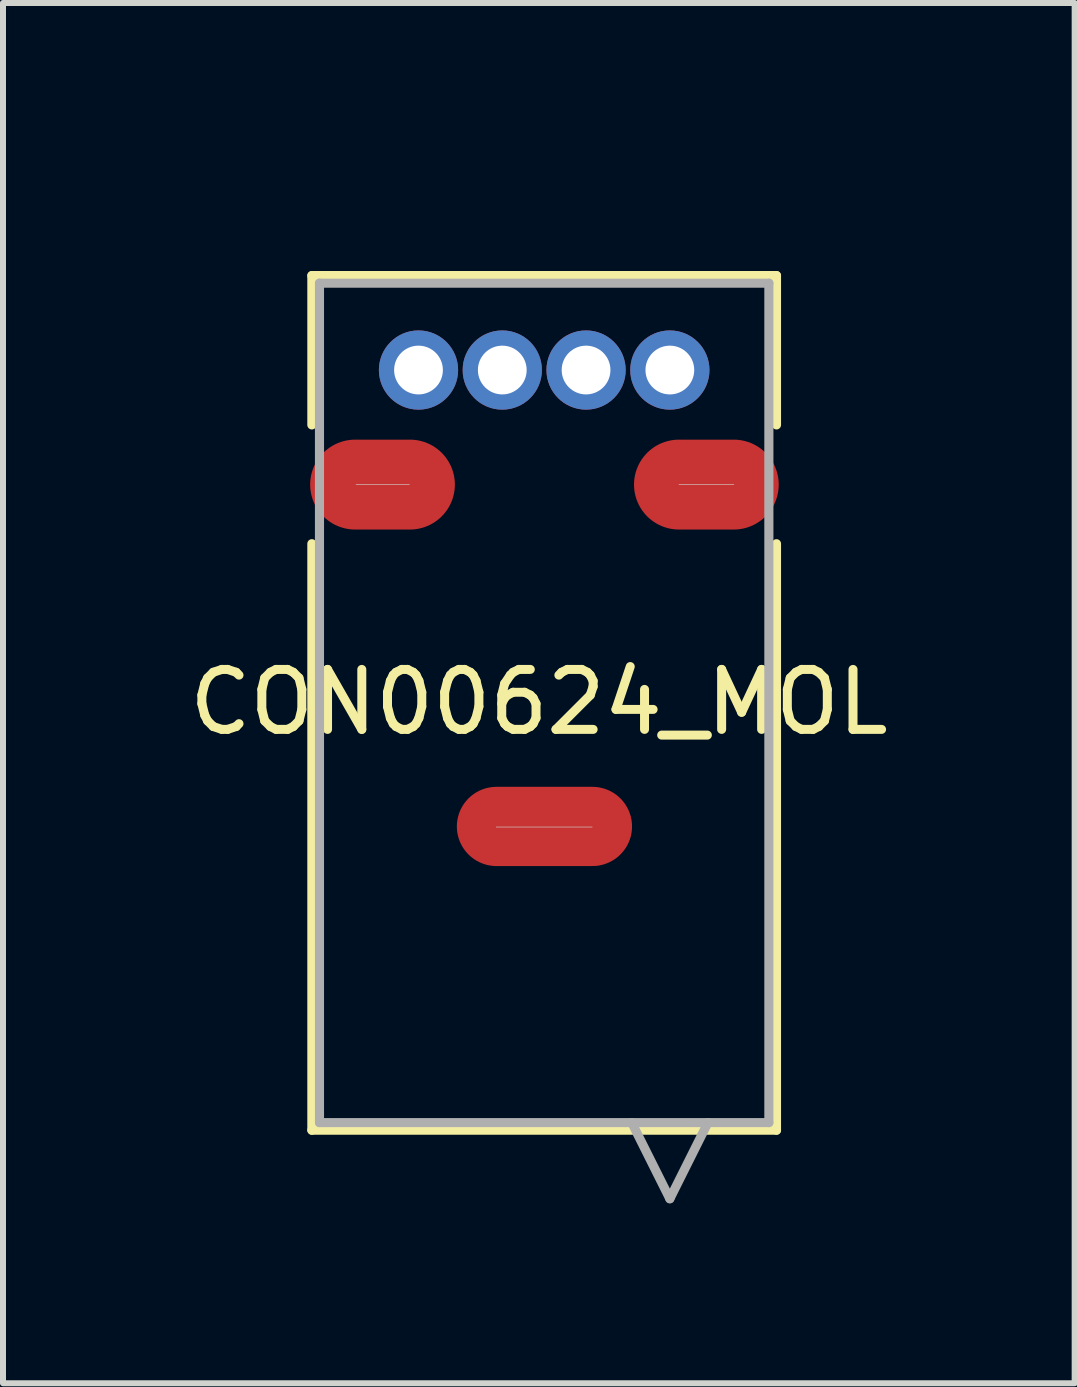
<source format=kicad_pcb>
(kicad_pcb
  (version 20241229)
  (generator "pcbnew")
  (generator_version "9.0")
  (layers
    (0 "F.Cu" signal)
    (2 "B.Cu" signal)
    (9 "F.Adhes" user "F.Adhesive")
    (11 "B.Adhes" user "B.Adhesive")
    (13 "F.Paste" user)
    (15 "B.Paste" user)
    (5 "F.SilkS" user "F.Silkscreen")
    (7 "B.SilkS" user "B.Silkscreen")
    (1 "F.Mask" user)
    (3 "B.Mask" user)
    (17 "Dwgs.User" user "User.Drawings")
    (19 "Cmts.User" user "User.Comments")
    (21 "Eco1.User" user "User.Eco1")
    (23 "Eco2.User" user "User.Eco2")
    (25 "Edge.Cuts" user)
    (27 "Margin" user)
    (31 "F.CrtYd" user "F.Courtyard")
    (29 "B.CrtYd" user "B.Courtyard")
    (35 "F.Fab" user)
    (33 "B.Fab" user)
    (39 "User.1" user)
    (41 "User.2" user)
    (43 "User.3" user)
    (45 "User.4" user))
  (footprint "CON00624_MOL"
    (layer "F.Cu")
    (at 3.928 0.25)
    (property "Reference" "CON00624_MOL" (at 2.007 8.407 0) (layer "F.SilkS") (effects (font (size 1 1) (thickness 0.15))))
    (attr through_hole)
    (fp_line (start -1.778 1.295) (end -1.778 3.785) (stroke (width 0.152) (type solid)) (layer "F.SilkS"))
    (fp_line (start -1.778 5.766) (end -1.778 15.545) (stroke (width 0.152) (type solid)) (layer "F.SilkS"))
    (fp_line (start -1.778 15.545) (end 5.969 15.545) (stroke (width 0.152) (type solid)) (layer "F.SilkS"))
    (fp_line (start 5.969 1.295) (end -1.778 1.295) (stroke (width 0.152) (type solid)) (layer "F.SilkS"))
    (fp_line (start 5.969 3.785) (end 5.969 1.295) (stroke (width 0.152) (type solid)) (layer "F.SilkS"))
    (fp_line (start 5.969 15.545) (end 5.969 5.766) (stroke (width 0.152) (type solid)) (layer "F.SilkS"))
    (fp_line (start -1.041 4.775) (end -0.152 4.775) (stroke (width 0.01) (type solid)) (layer "Edge.Cuts"))
    (fp_line (start 1.295 10.49) (end 2.896 10.49) (stroke (width 0.01) (type solid)) (layer "Edge.Cuts"))
    (fp_line (start 4.343 4.775) (end 5.258 4.775) (stroke (width 0.01) (type solid)) (layer "Edge.Cuts"))
    (fp_line (start -1.651 1.422) (end -1.651 15.418) (stroke (width 0.152) (type solid)) (layer "F.Fab"))
    (fp_line (start -1.651 15.418) (end 5.842 15.418) (stroke (width 0.152) (type solid)) (layer "F.Fab"))
    (fp_line (start 3.556 15.418) (end 4.191 16.688) (stroke (width 0.152) (type solid)) (layer "F.Fab"))
    (fp_line (start 4.826 15.418) (end 4.191 16.688) (stroke (width 0.152) (type solid)) (layer "F.Fab"))
    (fp_line (start 5.842 1.422) (end -1.651 1.422) (stroke (width 0.152) (type solid)) (layer "F.Fab"))
    (fp_line (start 5.842 15.418) (end 5.842 1.422) (stroke (width 0.152) (type solid)) (layer "F.Fab"))
    (pad "1" thru_hole circle (at 4.191 2.87) (size 1.321 1.321) (drill 0.813) (layers "*.Cu" "*.Mask"))
    (pad "2" thru_hole circle (at 2.794 2.87) (size 1.321 1.321) (drill 0.813) (layers "*.Cu" "*.Mask"))
    (pad "3" thru_hole circle (at 1.397 2.87) (size 1.321 1.321) (drill 0.813) (layers "*.Cu" "*.Mask"))
    (pad "4" thru_hole circle (at 0 2.87) (size 1.321 1.321) (drill 0.813) (layers "*.Cu" "*.Mask"))
    (pad "5" smd oval (at -0.6 4.78) (size 2.413 1.499) (layers "F.Cu" "F.Mask" "F.Paste"))
    (pad "6" smd oval (at 4.8 4.78) (size 2.413 1.499) (layers "F.Cu" "F.Mask" "F.Paste"))
    (pad "7" smd oval (at 2.1 10.48) (size 2.921 1.321) (layers "F.Cu" "F.Mask" "F.Paste")))
  (gr_rect
    (start -3 -3)
    (end 14.869 20.014)
    (stroke (width 0.1) (type default))
    (fill no)
    (layer "Edge.Cuts")))
</source>
